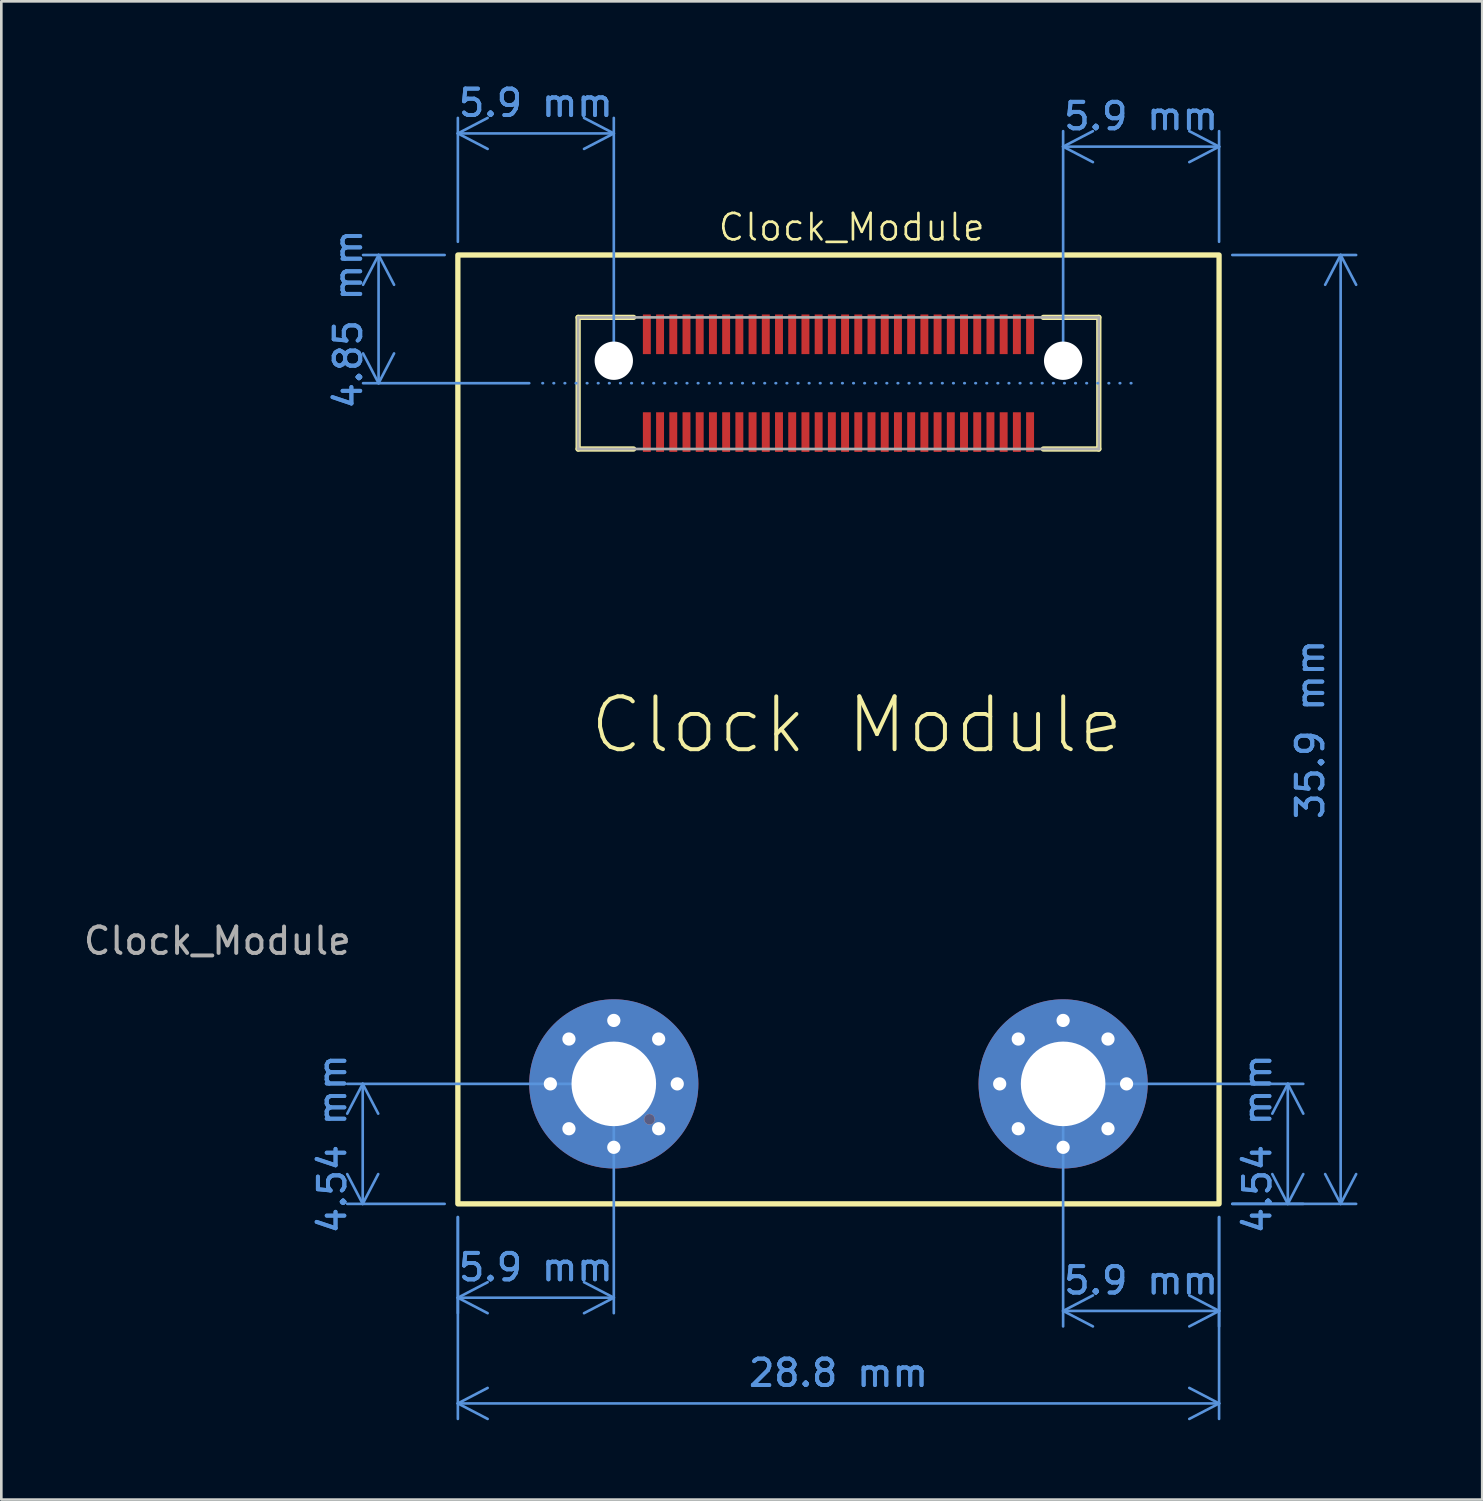
<source format=kicad_pcb>
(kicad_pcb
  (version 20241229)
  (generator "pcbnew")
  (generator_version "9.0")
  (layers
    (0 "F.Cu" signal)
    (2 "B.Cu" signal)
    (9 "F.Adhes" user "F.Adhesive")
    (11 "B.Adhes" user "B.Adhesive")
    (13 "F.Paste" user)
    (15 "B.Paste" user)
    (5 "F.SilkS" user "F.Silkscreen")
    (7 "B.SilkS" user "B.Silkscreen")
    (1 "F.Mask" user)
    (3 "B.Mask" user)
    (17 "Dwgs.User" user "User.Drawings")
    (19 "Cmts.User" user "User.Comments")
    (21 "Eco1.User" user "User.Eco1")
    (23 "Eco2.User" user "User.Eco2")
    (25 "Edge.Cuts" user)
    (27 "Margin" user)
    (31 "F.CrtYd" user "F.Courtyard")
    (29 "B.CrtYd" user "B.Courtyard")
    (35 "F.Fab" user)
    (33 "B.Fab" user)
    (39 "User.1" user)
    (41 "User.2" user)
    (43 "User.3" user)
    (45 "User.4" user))
  (footprint "Clock_Module"
    (layer "F.Cu")
    (at 28.673 24.548)
    (property "Reference" "Clock_Module" (at 0.5 -19 0) (unlocked yes) (layer "F.SilkS") (effects (font (size 1 1) (thickness 0.1))))
    (attr smd allow_soldermask_bridges)
    (fp_line (start -9.85 -15.59) (end -9.85 -10.61) (stroke (width 0.2) (type solid)) (layer "F.SilkS"))
    (fp_line (start -9.85 -10.61) (end -7.75 -10.61) (stroke (width 0.2) (type solid)) (layer "F.SilkS"))
    (fp_line (start -7.75 -15.59) (end -9.85 -15.59) (stroke (width 0.2) (type solid)) (layer "F.SilkS"))
    (fp_line (start 7.75 -10.61) (end 9.85 -10.61) (stroke (width 0.2) (type solid)) (layer "F.SilkS"))
    (fp_line (start 9.85 -15.59) (end 7.75 -15.59) (stroke (width 0.2) (type solid)) (layer "F.SilkS"))
    (fp_line (start 9.85 -15.59) (end 9.85 -10.61) (stroke (width 0.2) (type solid)) (layer "F.SilkS"))
    (fp_rect (start -14.4 -17.95) (end 14.4 17.95) (stroke (width 0.2) (type solid)) (fill no) (layer "F.SilkS"))
    (fp_circle (center -7.15 14.75) (end -7.05 14.75) (stroke (width 0.2) (type solid)) (fill no) (layer "B.SilkS"))
    (fp_line (start -11.2 -13.1) (end 11.2 -13.1) (stroke (width 0.1) (type dot)) (layer "Cmts.User"))
    (fp_circle (center -7.15 14.75) (end -7.05 14.75) (stroke (width 0.2) (type solid)) (fill no) (layer "B.Fab"))
    (fp_line (start -9.85 -15.59) (end 9.85 -15.59) (stroke (width 0.1) (type solid)) (layer "F.Fab"))
    (fp_line (start -9.85 -10.61) (end -9.85 -15.59) (stroke (width 0.1) (type solid)) (layer "F.Fab"))
    (fp_line (start 9.85 -15.59) (end 9.85 -10.61) (stroke (width 0.1) (type solid)) (layer "F.Fab"))
    (fp_line (start 9.85 -10.61) (end -9.85 -10.61) (stroke (width 0.1) (type solid)) (layer "F.Fab"))
    (fp_text user "Clock Module" (at -9.5 1 0) (unlocked yes) (layer "F.SilkS") (effects (font (size 2 2) (thickness 0.15)) (justify left bottom)))
    (fp_text user "${REFERENCE}" (at -23.5 8 0) (unlocked yes) (layer "F.Fab") (effects (font (size 1 1) (thickness 0.15))))
    (dimension (type orthogonal) (layer "Cmts.User") (pts (xy 17.473 11.448) (xy 14.273 6.598)) (height -6.2) (orientation 1) (format (prefix "") (suffix "") (units 3) (units_format 1) (precision 4) (suppress_zeroes yes)) (style (thickness 0.1) (arrow_length 1.27) (text_position_mode 0) (arrow_direction outward) (extension_height 0.586) (extension_offset 0.5) (keep_text_aligned yes)) (gr_text "4.85 mm" (at 10.123 9.023 90) (layer "Cmts.User") (effects (font (size 1 1) (thickness 0.15)))))
    (dimension (type orthogonal) (layer "Cmts.User") (pts (xy 37.173 10.598) (xy 43.073 6.598)) (height -8.1) (orientation 0) (format (prefix "") (suffix "") (units 3) (units_format 1) (precision 4) (suppress_zeroes yes)) (style (thickness 0.1) (arrow_length 1.27) (text_position_mode 0) (arrow_direction outward) (extension_height 0.586) (extension_offset 0.5) (keep_text_aligned yes)) (gr_text "5.9 mm" (at 40.123 1.348 0) (layer "Cmts.User") (effects (font (size 1 1) (thickness 0.15)))))
    (dimension (type orthogonal) (layer "Cmts.User") (pts (xy 37.173 37.958) (xy 43.073 42.498)) (height 8.59) (orientation 0) (format (prefix "") (suffix "") (units 3) (units_format 1) (precision 4) (suppress_zeroes yes)) (style (thickness 0.1) (arrow_length 1.27) (text_position_mode 0) (arrow_direction outward) (extension_height 0.586) (extension_offset 0.5) (keep_text_aligned yes)) (gr_text "5.9 mm" (at 40.123 45.398 0) (layer "Cmts.User") (effects (font (size 1 1) (thickness 0.15)))))
    (dimension (type orthogonal) (layer "Cmts.User") (pts (xy 14.273 42.498) (xy 43.073 42.498)) (height 7.55) (orientation 0) (format (prefix "") (suffix "") (units 3) (units_format 1) (precision 4) (suppress_zeroes yes)) (style (thickness 0.1) (arrow_length 1.27) (text_position_mode 0) (arrow_direction outward) (extension_height 0.586) (extension_offset 0.5) (keep_text_aligned yes)) (gr_text "28.8 mm" (at 28.673 48.898 0) (layer "Cmts.User") (effects (font (size 1 1) (thickness 0.15)))))
    (dimension (type orthogonal) (layer "Cmts.User") (pts (xy 43.073 42.498) (xy 43.073 6.598)) (height 4.6) (orientation 1) (format (prefix "") (suffix "") (units 3) (units_format 1) (precision 4) (suppress_zeroes yes)) (style (thickness 0.1) (arrow_length 1.27) (text_position_mode 0) (arrow_direction outward) (extension_height 0.586) (extension_offset 0.5) (keep_text_aligned yes)) (gr_text "35.9 mm" (at 46.523 24.548 90) (layer "Cmts.User") (effects (font (size 1 1) (thickness 0.15)))))
    (dimension (type orthogonal) (layer "Cmts.User") (pts (xy 37.173 37.958) (xy 43.073 42.498)) (height 8.5) (orientation 1) (format (prefix "") (suffix "") (units 3) (units_format 1) (precision 4) (suppress_zeroes yes)) (style (thickness 0.1) (arrow_length 1.27) (text_position_mode 0) (arrow_direction outward) (extension_height 0.586) (extension_offset 0.5) (keep_text_aligned yes)) (gr_text "4.54 mm" (at 44.523 40.228 90) (layer "Cmts.User") (effects (font (size 1 1) (thickness 0.15)))))
    (dimension (type orthogonal) (layer "Cmts.User") (pts (xy 20.173 10.598) (xy 14.273 6.598)) (height -8.6) (orientation 0) (format (prefix "") (suffix "") (units 3) (units_format 1) (precision 4) (suppress_zeroes yes)) (style (thickness 0.1) (arrow_length 1.27) (text_position_mode 0) (arrow_direction outward) (extension_height 0.586) (extension_offset 0.5) (keep_text_aligned yes)) (gr_text "5.9 mm" (at 17.223 0.848 0) (layer "Cmts.User") (effects (font (size 1 1) (thickness 0.15)))))
    (dimension (type orthogonal) (layer "Cmts.User") (pts (xy 20.173 37.958) (xy 14.273 42.498)) (height 8.09) (orientation 0) (format (prefix "") (suffix "") (units 3) (units_format 1) (precision 4) (suppress_zeroes yes)) (style (thickness 0.1) (arrow_length 1.27) (text_position_mode 0) (arrow_direction outward) (extension_height 0.586) (extension_offset 0.5) (keep_text_aligned yes)) (gr_text "5.9 mm" (at 17.223 44.898 0) (layer "Cmts.User") (effects (font (size 1 1) (thickness 0.15)))))
    (dimension (type orthogonal) (layer "Cmts.User") (pts (xy 20.173 37.958) (xy 14.273 42.498)) (height -9.5) (orientation 1) (format (prefix "") (suffix "") (units 3) (units_format 1) (precision 4) (suppress_zeroes yes)) (style (thickness 0.1) (arrow_length 1.27) (text_position_mode 0) (arrow_direction outward) (extension_height 0.586) (extension_offset 0.5) (keep_text_aligned yes)) (gr_text "4.54 mm" (at 9.523 40.228 90) (layer "Cmts.User") (effects (font (size 1 1) (thickness 0.15)))))
    (pad "" np_thru_hole circle (at -8.5 -13.95 180) (size 1.45 1.45) (drill 1.45) (layers "*.Cu" "*.Mask"))
    (pad "" np_thru_hole circle (at 8.5 -13.95 180) (size 1.45 1.45) (drill 1.45) (layers "*.Cu" "*.Mask"))
    (pad "1" thru_hole circle (at -10.9 13.41) (size 0.8 0.8) (drill 0.5) (layers "*.Cu" "*.Mask"))
    (pad "1" thru_hole circle (at -10.197 11.713) (size 0.8 0.8) (drill 0.5) (layers "*.Cu" "*.Mask"))
    (pad "1" thru_hole circle (at -10.197 15.107) (size 0.8 0.8) (drill 0.5) (layers "*.Cu" "*.Mask"))
    (pad "1" thru_hole circle (at -8.5 11.01) (size 0.8 0.8) (drill 0.5) (layers "*.Cu" "*.Mask"))
    (pad "1" thru_hole circle (at -8.5 15.81) (size 0.8 0.8) (drill 0.5) (layers "*.Cu" "*.Mask"))
    (pad "1" smd rect (at -7.25 -14.95 180) (size 0.3 1.5) (layers "F.Cu" "F.Mask" "F.Paste"))
    (pad "1" thru_hole circle (at -6.803 11.713) (size 0.8 0.8) (drill 0.5) (layers "*.Cu" "*.Mask"))
    (pad "1" thru_hole circle (at -6.803 15.107) (size 0.8 0.8) (drill 0.5) (layers "*.Cu" "*.Mask"))
    (pad "1" thru_hole circle (at -6.1 13.41) (size 0.8 0.8) (drill 0.5) (layers "*.Cu" "*.Mask"))
    (pad "1" thru_hole circle (at 6.1 13.41) (size 0.8 0.8) (drill 0.5) (layers "*.Cu" "*.Mask"))
    (pad "1" thru_hole circle (at 6.803 11.713) (size 0.8 0.8) (drill 0.5) (layers "*.Cu" "*.Mask"))
    (pad "1" thru_hole circle (at 6.803 15.107) (size 0.8 0.8) (drill 0.5) (layers "*.Cu" "*.Mask"))
    (pad "1" thru_hole circle (at 8.5 11.01) (size 0.8 0.8) (drill 0.5) (layers "*.Cu" "*.Mask"))
    (pad "1" thru_hole circle (at 8.5 15.81) (size 0.8 0.8) (drill 0.5) (layers "*.Cu" "*.Mask"))
    (pad "1" thru_hole circle (at 10.197 11.713) (size 0.8 0.8) (drill 0.5) (layers "*.Cu" "*.Mask"))
    (pad "1" thru_hole circle (at 10.197 15.107) (size 0.8 0.8) (drill 0.5) (layers "*.Cu" "*.Mask"))
    (pad "1" thru_hole circle (at 10.9 13.41) (size 0.8 0.8) (drill 0.5) (layers "*.Cu" "*.Mask"))
    (pad "2" smd rect (at -7.25 -11.25 180) (size 0.3 1.5) (layers "F.Cu" "F.Mask" "F.Paste"))
    (pad "3" smd rect (at -6.75 -14.95 180) (size 0.3 1.5) (layers "F.Cu" "F.Mask" "F.Paste"))
    (pad "4" smd rect (at -6.75 -11.25 180) (size 0.3 1.5) (layers "F.Cu" "F.Mask" "F.Paste"))
    (pad "5" smd rect (at -6.25 -14.95 180) (size 0.3 1.5) (layers "F.Cu" "F.Mask" "F.Paste"))
    (pad "6" smd rect (at -6.25 -11.25 180) (size 0.3 1.5) (layers "F.Cu" "F.Mask" "F.Paste"))
    (pad "7" smd rect (at -5.75 -14.95 180) (size 0.3 1.5) (layers "F.Cu" "F.Mask" "F.Paste"))
    (pad "8" smd rect (at -5.75 -11.25 180) (size 0.3 1.5) (layers "F.Cu" "F.Mask" "F.Paste"))
    (pad "9" smd rect (at -5.25 -14.95 180) (size 0.3 1.5) (layers "F.Cu" "F.Mask" "F.Paste"))
    (pad "10" smd rect (at -5.25 -11.25 180) (size 0.3 1.5) (layers "F.Cu" "F.Mask" "F.Paste"))
    (pad "11" smd rect (at -4.75 -14.95 180) (size 0.3 1.5) (layers "F.Cu" "F.Mask" "F.Paste"))
    (pad "12" smd rect (at -4.75 -11.25 180) (size 0.3 1.5) (layers "F.Cu" "F.Mask" "F.Paste"))
    (pad "13" smd rect (at -4.25 -14.95 180) (size 0.3 1.5) (layers "F.Cu" "F.Mask" "F.Paste"))
    (pad "14" smd rect (at -4.25 -11.25 180) (size 0.3 1.5) (layers "F.Cu" "F.Mask" "F.Paste"))
    (pad "15" smd rect (at -3.75 -14.95 180) (size 0.3 1.5) (layers "F.Cu" "F.Mask" "F.Paste"))
    (pad "16" smd rect (at -3.75 -11.25 180) (size 0.3 1.5) (layers "F.Cu" "F.Mask" "F.Paste"))
    (pad "17" smd rect (at -3.25 -14.95 180) (size 0.3 1.5) (layers "F.Cu" "F.Mask" "F.Paste"))
    (pad "18" smd rect (at -3.25 -11.25 180) (size 0.3 1.5) (layers "F.Cu" "F.Mask" "F.Paste"))
    (pad "19" smd rect (at -2.75 -14.95 180) (size 0.3 1.5) (layers "F.Cu" "F.Mask" "F.Paste"))
    (pad "20" smd rect (at -2.75 -11.25 180) (size 0.3 1.5) (layers "F.Cu" "F.Mask" "F.Paste"))
    (pad "21" smd rect (at -2.25 -14.95 180) (size 0.3 1.5) (layers "F.Cu" "F.Mask" "F.Paste"))
    (pad "22" smd rect (at -2.25 -11.25 180) (size 0.3 1.5) (layers "F.Cu" "F.Mask" "F.Paste"))
    (pad "23" smd rect (at -1.75 -14.95 180) (size 0.3 1.5) (layers "F.Cu" "F.Mask" "F.Paste"))
    (pad "24" smd rect (at -1.75 -11.25 180) (size 0.3 1.5) (layers "F.Cu" "F.Mask" "F.Paste"))
    (pad "25" smd rect (at -1.25 -14.95 180) (size 0.3 1.5) (layers "F.Cu" "F.Mask" "F.Paste"))
    (pad "26" smd rect (at -1.25 -11.25 180) (size 0.3 1.5) (layers "F.Cu" "F.Mask" "F.Paste"))
    (pad "27" smd rect (at -0.75 -14.95 180) (size 0.3 1.5) (layers "F.Cu" "F.Mask" "F.Paste"))
    (pad "28" smd rect (at -0.75 -11.25 180) (size 0.3 1.5) (layers "F.Cu" "F.Mask" "F.Paste"))
    (pad "29" smd rect (at -0.25 -14.95 180) (size 0.3 1.5) (layers "F.Cu" "F.Mask" "F.Paste"))
    (pad "30" smd rect (at -0.25 -11.25 180) (size 0.3 1.5) (layers "F.Cu" "F.Mask" "F.Paste"))
    (pad "31" smd rect (at 0.25 -14.95 180) (size 0.3 1.5) (layers "F.Cu" "F.Mask" "F.Paste"))
    (pad "32" smd rect (at 0.25 -11.25 180) (size 0.3 1.5) (layers "F.Cu" "F.Mask" "F.Paste"))
    (pad "33" smd rect (at 0.75 -14.95 180) (size 0.3 1.5) (layers "F.Cu" "F.Mask" "F.Paste"))
    (pad "34" smd rect (at 0.75 -11.25 180) (size 0.3 1.5) (layers "F.Cu" "F.Mask" "F.Paste"))
    (pad "35" smd rect (at 1.25 -14.95 180) (size 0.3 1.5) (layers "F.Cu" "F.Mask" "F.Paste"))
    (pad "36" smd rect (at 1.25 -11.25 180) (size 0.3 1.5) (layers "F.Cu" "F.Mask" "F.Paste"))
    (pad "37" smd rect (at 1.75 -14.95 180) (size 0.3 1.5) (layers "F.Cu" "F.Mask" "F.Paste"))
    (pad "38" smd rect (at 1.75 -11.25 180) (size 0.3 1.5) (layers "F.Cu" "F.Mask" "F.Paste"))
    (pad "39" smd rect (at 2.25 -14.95 180) (size 0.3 1.5) (layers "F.Cu" "F.Mask" "F.Paste"))
    (pad "40" smd rect (at 2.25 -11.25 180) (size 0.3 1.5) (layers "F.Cu" "F.Mask" "F.Paste"))
    (pad "41" smd rect (at 2.75 -14.95 180) (size 0.3 1.5) (layers "F.Cu" "F.Mask" "F.Paste"))
    (pad "42" smd rect (at 2.75 -11.25 180) (size 0.3 1.5) (layers "F.Cu" "F.Mask" "F.Paste"))
    (pad "43" smd rect (at 3.25 -14.95 180) (size 0.3 1.5) (layers "F.Cu" "F.Mask" "F.Paste"))
    (pad "44" smd rect (at 3.25 -11.25 180) (size 0.3 1.5) (layers "F.Cu" "F.Mask" "F.Paste"))
    (pad "45" smd rect (at 3.75 -14.95 180) (size 0.3 1.5) (layers "F.Cu" "F.Mask" "F.Paste"))
    (pad "46" smd rect (at 3.75 -11.25 180) (size 0.3 1.5) (layers "F.Cu" "F.Mask" "F.Paste"))
    (pad "47" smd rect (at 4.25 -14.95 180) (size 0.3 1.5) (layers "F.Cu" "F.Mask" "F.Paste"))
    (pad "48" smd rect (at 4.25 -11.25 180) (size 0.3 1.5) (layers "F.Cu" "F.Mask" "F.Paste"))
    (pad "49" smd rect (at 4.75 -14.95 180) (size 0.3 1.5) (layers "F.Cu" "F.Mask" "F.Paste"))
    (pad "50" smd rect (at 4.75 -11.25 180) (size 0.3 1.5) (layers "F.Cu" "F.Mask" "F.Paste"))
    (pad "51" smd rect (at 5.25 -14.95 180) (size 0.3 1.5) (layers "F.Cu" "F.Mask" "F.Paste"))
    (pad "52" smd rect (at 5.25 -11.25 180) (size 0.3 1.5) (layers "F.Cu" "F.Mask" "F.Paste"))
    (pad "53" smd rect (at 5.75 -14.95 180) (size 0.3 1.5) (layers "F.Cu" "F.Mask" "F.Paste"))
    (pad "54" smd rect (at 5.75 -11.25 180) (size 0.3 1.5) (layers "F.Cu" "F.Mask" "F.Paste"))
    (pad "55" smd rect (at 6.25 -14.95 180) (size 0.3 1.5) (layers "F.Cu" "F.Mask" "F.Paste"))
    (pad "56" smd rect (at 6.25 -11.25 180) (size 0.3 1.5) (layers "F.Cu" "F.Mask" "F.Paste"))
    (pad "57" smd rect (at 6.75 -14.95 180) (size 0.3 1.5) (layers "F.Cu" "F.Mask" "F.Paste"))
    (pad "58" smd rect (at 6.75 -11.25 180) (size 0.3 1.5) (layers "F.Cu" "F.Mask" "F.Paste"))
    (pad "59" smd rect (at 7.25 -14.95 180) (size 0.3 1.5) (layers "F.Cu" "F.Mask" "F.Paste"))
    (pad "60" smd rect (at 7.25 -11.25 180) (size 0.3 1.5) (layers "F.Cu" "F.Mask" "F.Paste"))
    (pad "H1" thru_hole circle (at -8.5 13.41) (size 6.4 6.4) (drill 3.2) (layers "*.Cu" "*.Mask"))
    (pad "H2" thru_hole circle (at 8.5 13.41) (size 6.4 6.4) (drill 3.2) (layers "*.Cu" "*.Mask")))
  (gr_rect
    (start -3 -3)
    (end 53.029 53.685)
    (stroke (width 0.1) (type default))
    (fill no)
    (layer "Edge.Cuts")))
</source>
